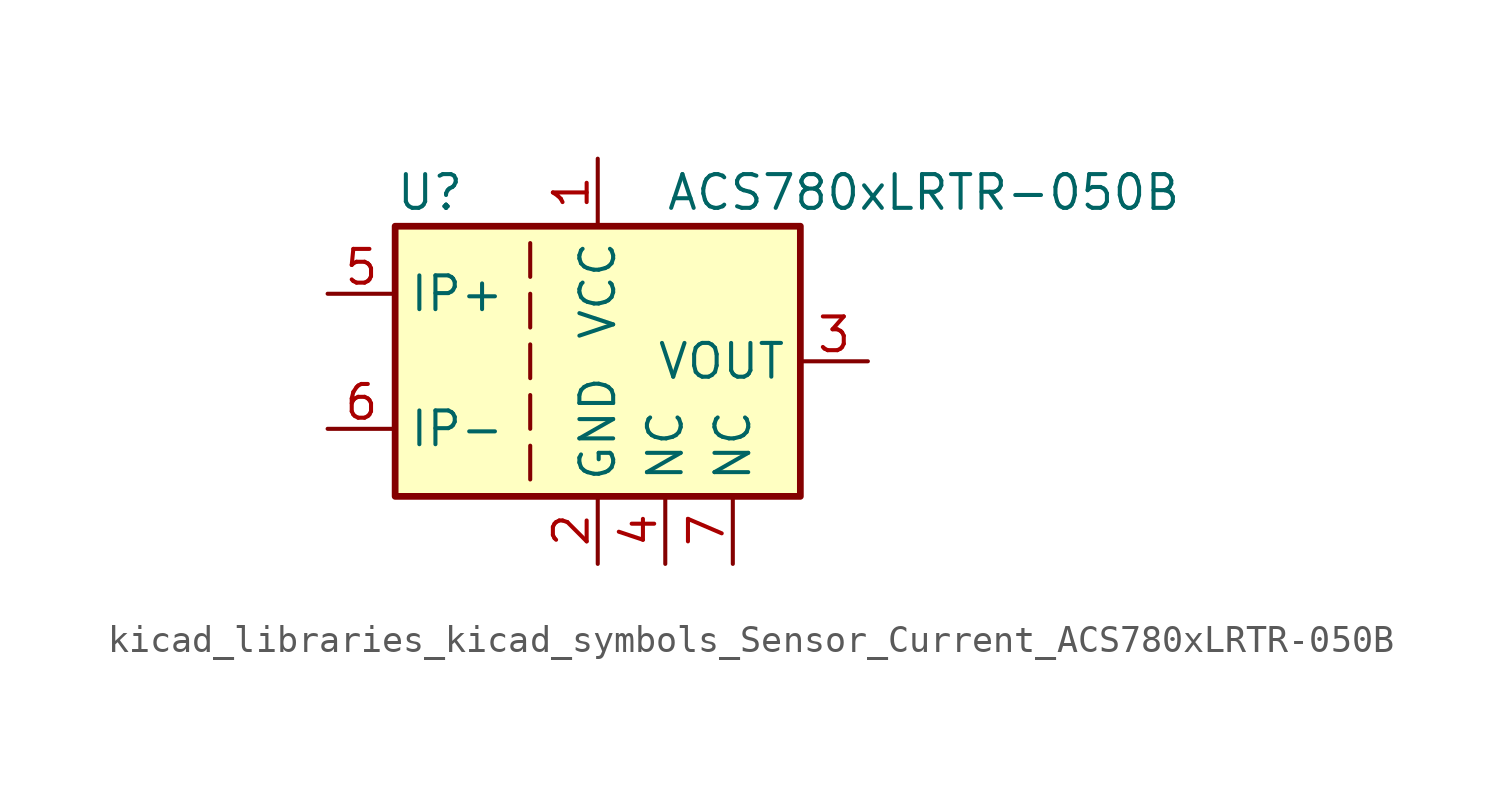
<source format=kicad_sym>
(kicad_symbol_lib
  (version 20220914)
  (generator kicad_symbol_editor)
  (symbol "kicad_libraries_kicad_symbols_Sensor_Current_ACS780xLRTR-050B"
    (property "Reference" "U"
      (at -7.62 6.35 0)
      (effects (font (size 1.27 1.27)) (justify left)))
    (property "Value" "ACS780xLRTR-050B"
      (at 2.54 6.35 0)
      (effects (font (size 1.27 1.27)) (justify left)))
    (symbol "kicad_libraries_kicad_symbols_Sensor_Current_ACS780xLRTR-050B_0_1"
      (rectangle (start -7.62 5.08) (end 7.62 -5.08) (stroke (width 0.254) (type default)) (fill (type background)))
      (polyline (pts (xy -2.54 -3.175) (xy -2.54 -4.445)) (stroke (width 0) (type default)) (fill (type none)))
      (polyline (pts (xy -2.54 -1.27) (xy -2.54 -2.54)) (stroke (width 0) (type default)) (fill (type none)))
      (polyline (pts (xy -2.54 0.635) (xy -2.54 -0.635)) (stroke (width 0) (type default)) (fill (type none)))
      (polyline (pts (xy -2.54 1.27) (xy -2.54 2.54)) (stroke (width 0) (type default)) (fill (type none)))
      (polyline (pts (xy -2.54 3.175) (xy -2.54 4.445)) (stroke (width 0) (type default)) (fill (type none))))
    (symbol "kicad_libraries_kicad_symbols_Sensor_Current_ACS780xLRTR-050B_1_1"
      (pin power_in line (at 0 7.62 270) (length 2.54) (name "VCC" (effects (font (size 1.27 1.27)))) (number "1" (effects (font (size 1.27 1.27)))))
      (pin power_in line (at 0 -7.62 90) (length 2.54) (name "GND" (effects (font (size 1.27 1.27)))) (number "2" (effects (font (size 1.27 1.27)))))
      (pin output line (at 10.16 0 180) (length 2.54) (name "VOUT" (effects (font (size 1.27 1.27)))) (number "3" (effects (font (size 1.27 1.27)))))
      (pin passive line (at 2.54 -7.62 90) (length 2.54) (name "NC" (effects (font (size 1.27 1.27)))) (number "4" (effects (font (size 1.27 1.27)))))
      (pin passive line (at -10.16 2.54 0) (length 2.54) (name "IP+" (effects (font (size 1.27 1.27)))) (number "5" (effects (font (size 1.27 1.27)))))
      (pin passive line (at -10.16 -2.54 0) (length 2.54) (name "IP-" (effects (font (size 1.27 1.27)))) (number "6" (effects (font (size 1.27 1.27)))))
      (pin passive line (at 5.08 -7.62 90) (length 2.54) (name "NC" (effects (font (size 1.27 1.27)))) (number "7" (effects (font (size 1.27 1.27))))))))
</source>
